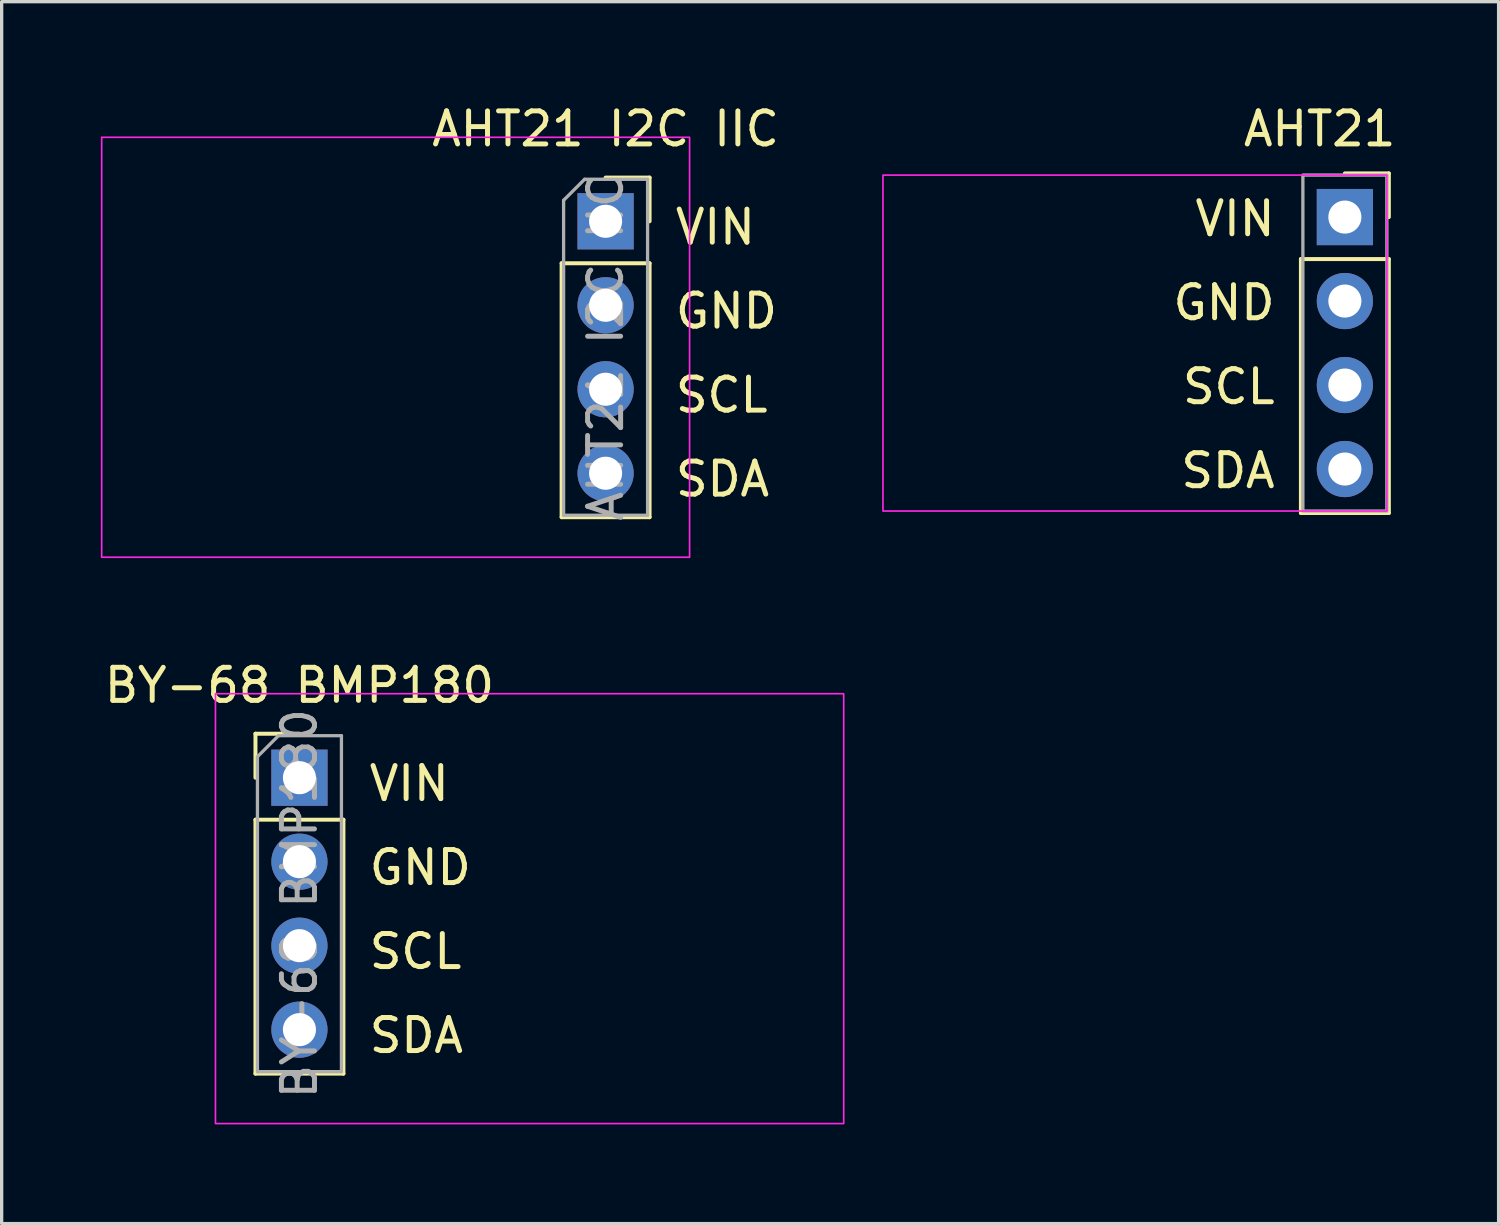
<source format=kicad_pcb>
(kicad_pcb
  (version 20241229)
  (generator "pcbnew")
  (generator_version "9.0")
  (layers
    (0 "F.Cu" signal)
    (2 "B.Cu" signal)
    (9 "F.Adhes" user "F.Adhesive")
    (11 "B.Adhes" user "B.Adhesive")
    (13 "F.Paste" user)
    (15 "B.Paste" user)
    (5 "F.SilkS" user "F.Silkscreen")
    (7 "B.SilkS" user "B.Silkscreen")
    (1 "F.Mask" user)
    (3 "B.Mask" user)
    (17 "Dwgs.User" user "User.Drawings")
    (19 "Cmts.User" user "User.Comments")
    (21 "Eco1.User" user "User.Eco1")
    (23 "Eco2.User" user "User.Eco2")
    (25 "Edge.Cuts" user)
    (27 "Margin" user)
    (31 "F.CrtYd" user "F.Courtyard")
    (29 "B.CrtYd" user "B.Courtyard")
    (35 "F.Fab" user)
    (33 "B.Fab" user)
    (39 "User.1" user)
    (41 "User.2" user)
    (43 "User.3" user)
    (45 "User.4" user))
  (footprint "AHT21 I2C IIC"
    (layer "F.Cu")
    (at 15.265 3.642)
    (property "Reference" "AHT21 I2C IIC" (at 0 -2.794 0) (layer "F.SilkS") (effects (font (size 1 1) (thickness 0.15))))
    (attr through_hole)
    (fp_line (start -1.33 1.27) (end -1.33 8.95) (stroke (width 0.12) (type solid)) (layer "F.SilkS"))
    (fp_line (start -1.33 1.27) (end 1.33 1.27) (stroke (width 0.12) (type solid)) (layer "F.SilkS"))
    (fp_line (start -1.33 8.95) (end 1.33 8.95) (stroke (width 0.12) (type solid)) (layer "F.SilkS"))
    (fp_line (start 1.33 -1.321) (end 0 -1.321) (stroke (width 0.12) (type default)) (layer "F.SilkS"))
    (fp_line (start 1.33 0) (end 1.33 -1.321) (stroke (width 0.12) (type default)) (layer "F.SilkS"))
    (fp_line (start 1.33 1.27) (end 1.33 8.95) (stroke (width 0.12) (type solid)) (layer "F.SilkS"))
    (fp_rect (start -15.24 -2.54) (end 2.54 10.16) (stroke (width 0.05) (type default)) (fill no) (layer "F.CrtYd"))
    (fp_line (start -1.27 -0.635) (end -0.635 -1.27) (stroke (width 0.1) (type solid)) (layer "F.Fab"))
    (fp_line (start -1.27 8.89) (end -1.27 -0.635) (stroke (width 0.1) (type solid)) (layer "F.Fab"))
    (fp_line (start -0.635 -1.27) (end 1.27 -1.27) (stroke (width 0.1) (type solid)) (layer "F.Fab"))
    (fp_line (start 1.27 -1.27) (end 1.27 8.89) (stroke (width 0.1) (type solid)) (layer "F.Fab"))
    (fp_line (start 1.27 8.89) (end -1.27 8.89) (stroke (width 0.1) (type solid)) (layer "F.Fab"))
    (fp_text user "GND" (at 2.032 3.302 0) (unlocked yes) (layer "F.SilkS") (effects (font (size 1 1) (thickness 0.15)) (justify left bottom)))
    (fp_text user "VIN" (at 2.032 0.762 0) (unlocked yes) (layer "F.SilkS") (effects (font (size 1 1) (thickness 0.15)) (justify left bottom)))
    (fp_text user "SDA" (at 2.032 8.382 0) (unlocked yes) (layer "F.SilkS") (effects (font (size 1 1) (thickness 0.15)) (justify left bottom)))
    (fp_text user "SCL" (at 2.032 5.842 0) (unlocked yes) (layer "F.SilkS") (effects (font (size 1 1) (thickness 0.15)) (justify left bottom)))
    (fp_text user "${REFERENCE}" (at 0 3.81 90) (layer "F.Fab") (effects (font (size 1 1) (thickness 0.15))))
    (pad "1" thru_hole rect (at 0 0) (size 1.7 1.7) (drill 1) (layers "*.Cu" "*.Mask"))
    (pad "2" thru_hole oval (at 0 2.54) (size 1.7 1.7) (drill 1) (layers "*.Cu" "*.Mask"))
    (pad "3" thru_hole oval (at 0 5.08) (size 1.7 1.7) (drill 1) (layers "*.Cu" "*.Mask"))
    (pad "4" thru_hole oval (at 0 7.62) (size 1.7 1.7) (drill 1) (layers "*.Cu" "*.Mask")))
  (footprint "AHT21"
    (layer "F.Cu")
    (at 37.623 3.515)
    (property "Reference" "AHT21" (at -0.762 -2.667 0) (layer "F.SilkS") (effects (font (size 1 1) (thickness 0.15))))
    (attr through_hole)
    (fp_line (start -1.33 1.27) (end -1.33 8.95) (stroke (width 0.12) (type solid)) (layer "F.SilkS"))
    (fp_line (start -1.33 1.27) (end 1.33 1.27) (stroke (width 0.12) (type solid)) (layer "F.SilkS"))
    (fp_line (start -1.33 8.95) (end 1.33 8.95) (stroke (width 0.12) (type solid)) (layer "F.SilkS"))
    (fp_line (start 1.33 -1.321) (end 0 -1.321) (stroke (width 0.12) (type default)) (layer "F.SilkS"))
    (fp_line (start 1.33 0) (end 1.33 -1.321) (stroke (width 0.12) (type default)) (layer "F.SilkS"))
    (fp_line (start 1.33 1.27) (end 1.33 8.95) (stroke (width 0.12) (type solid)) (layer "F.SilkS"))
    (fp_rect (start -13.97 -1.27) (end 1.27 8.89) (stroke (width 0.05) (type default)) (fill no) (layer "F.CrtYd"))
    (fp_rect (start -1.27 -1.27) (end 1.27 8.89) (stroke (width 0.1) (type default)) (fill no) (layer "F.Fab"))
    (fp_text user "SDA" (at -2.032 8.255 0) (unlocked yes) (layer "F.SilkS") (effects (font (size 1 1) (thickness 0.15)) (justify right bottom)))
    (fp_text user "SCL" (at -2.032 5.715 0) (unlocked yes) (layer "F.SilkS") (effects (font (size 1 1) (thickness 0.15)) (justify right bottom)))
    (fp_text user "VIN" (at -2.032 0.635 0) (unlocked yes) (layer "F.SilkS") (effects (font (size 1 1) (thickness 0.15)) (justify right bottom)))
    (fp_text user "GND" (at -2.032 3.175 0) (unlocked yes) (layer "F.SilkS") (effects (font (size 1 1) (thickness 0.15)) (justify right bottom)))
    (pad "1" thru_hole rect (at 0 0) (size 1.7 1.7) (drill 1) (layers "*.Cu" "*.Mask"))
    (pad "2" thru_hole oval (at 0 2.54) (size 1.7 1.7) (drill 1) (layers "*.Cu" "*.Mask"))
    (pad "3" thru_hole oval (at 0 5.08) (size 1.7 1.7) (drill 1) (layers "*.Cu" "*.Mask"))
    (pad "4" thru_hole oval (at 0 7.62) (size 1.7 1.7) (drill 1) (layers "*.Cu" "*.Mask")))
  (footprint "BY-68 BMP180"
    (layer "F.Cu")
    (at 6.006 20.47)
    (property "Reference" "BY-68 BMP180" (at 0 -2.794 0) (layer "F.SilkS") (effects (font (size 1 1) (thickness 0.15))))
    (attr through_hole)
    (fp_line (start -1.33 -1.33) (end 0 -1.33) (stroke (width 0.12) (type solid)) (layer "F.SilkS"))
    (fp_line (start -1.33 0) (end -1.33 -1.33) (stroke (width 0.12) (type solid)) (layer "F.SilkS"))
    (fp_line (start -1.33 1.27) (end -1.33 8.95) (stroke (width 0.12) (type solid)) (layer "F.SilkS"))
    (fp_line (start -1.33 1.27) (end 1.33 1.27) (stroke (width 0.12) (type solid)) (layer "F.SilkS"))
    (fp_line (start -1.33 8.95) (end 1.33 8.95) (stroke (width 0.12) (type solid)) (layer "F.SilkS"))
    (fp_line (start 1.33 1.27) (end 1.33 8.95) (stroke (width 0.12) (type solid)) (layer "F.SilkS"))
    (fp_rect (start -2.54 -2.54) (end 16.46 10.46) (stroke (width 0.05) (type default)) (fill no) (layer "F.CrtYd"))
    (fp_line (start -1.27 -0.635) (end -0.635 -1.27) (stroke (width 0.1) (type solid)) (layer "F.Fab"))
    (fp_line (start -1.27 8.89) (end -1.27 -0.635) (stroke (width 0.1) (type solid)) (layer "F.Fab"))
    (fp_line (start -0.635 -1.27) (end 1.27 -1.27) (stroke (width 0.1) (type solid)) (layer "F.Fab"))
    (fp_line (start 1.27 -1.27) (end 1.27 8.89) (stroke (width 0.1) (type solid)) (layer "F.Fab"))
    (fp_line (start 1.27 8.89) (end -1.27 8.89) (stroke (width 0.1) (type solid)) (layer "F.Fab"))
    (fp_text user "VIN" (at 2.032 0.762 0) (unlocked yes) (layer "F.SilkS") (effects (font (size 1 1) (thickness 0.15)) (justify left bottom)))
    (fp_text user "GND" (at 2.032 3.302 0) (unlocked yes) (layer "F.SilkS") (effects (font (size 1 1) (thickness 0.15)) (justify left bottom)))
    (fp_text user "SDA" (at 2.032 8.382 0) (unlocked yes) (layer "F.SilkS") (effects (font (size 1 1) (thickness 0.15)) (justify left bottom)))
    (fp_text user "SCL" (at 2.032 5.842 0) (unlocked yes) (layer "F.SilkS") (effects (font (size 1 1) (thickness 0.15)) (justify left bottom)))
    (fp_text user "${REFERENCE}" (at 0 3.81 90) (layer "F.Fab") (effects (font (size 1 1) (thickness 0.15))))
    (pad "1" thru_hole rect (at 0 0) (size 1.7 1.7) (drill 1) (layers "*.Cu" "*.Mask"))
    (pad "2" thru_hole oval (at 0 2.54) (size 1.7 1.7) (drill 1) (layers "*.Cu" "*.Mask"))
    (pad "3" thru_hole oval (at 0 5.08) (size 1.7 1.7) (drill 1) (layers "*.Cu" "*.Mask"))
    (pad "4" thru_hole oval (at 0 7.62) (size 1.7 1.7) (drill 1) (layers "*.Cu" "*.Mask")))
  (gr_rect
    (start -3 -3)
    (end 42.272 33.955)
    (stroke (width 0.1) (type default))
    (fill no)
    (layer "Edge.Cuts")))
</source>
